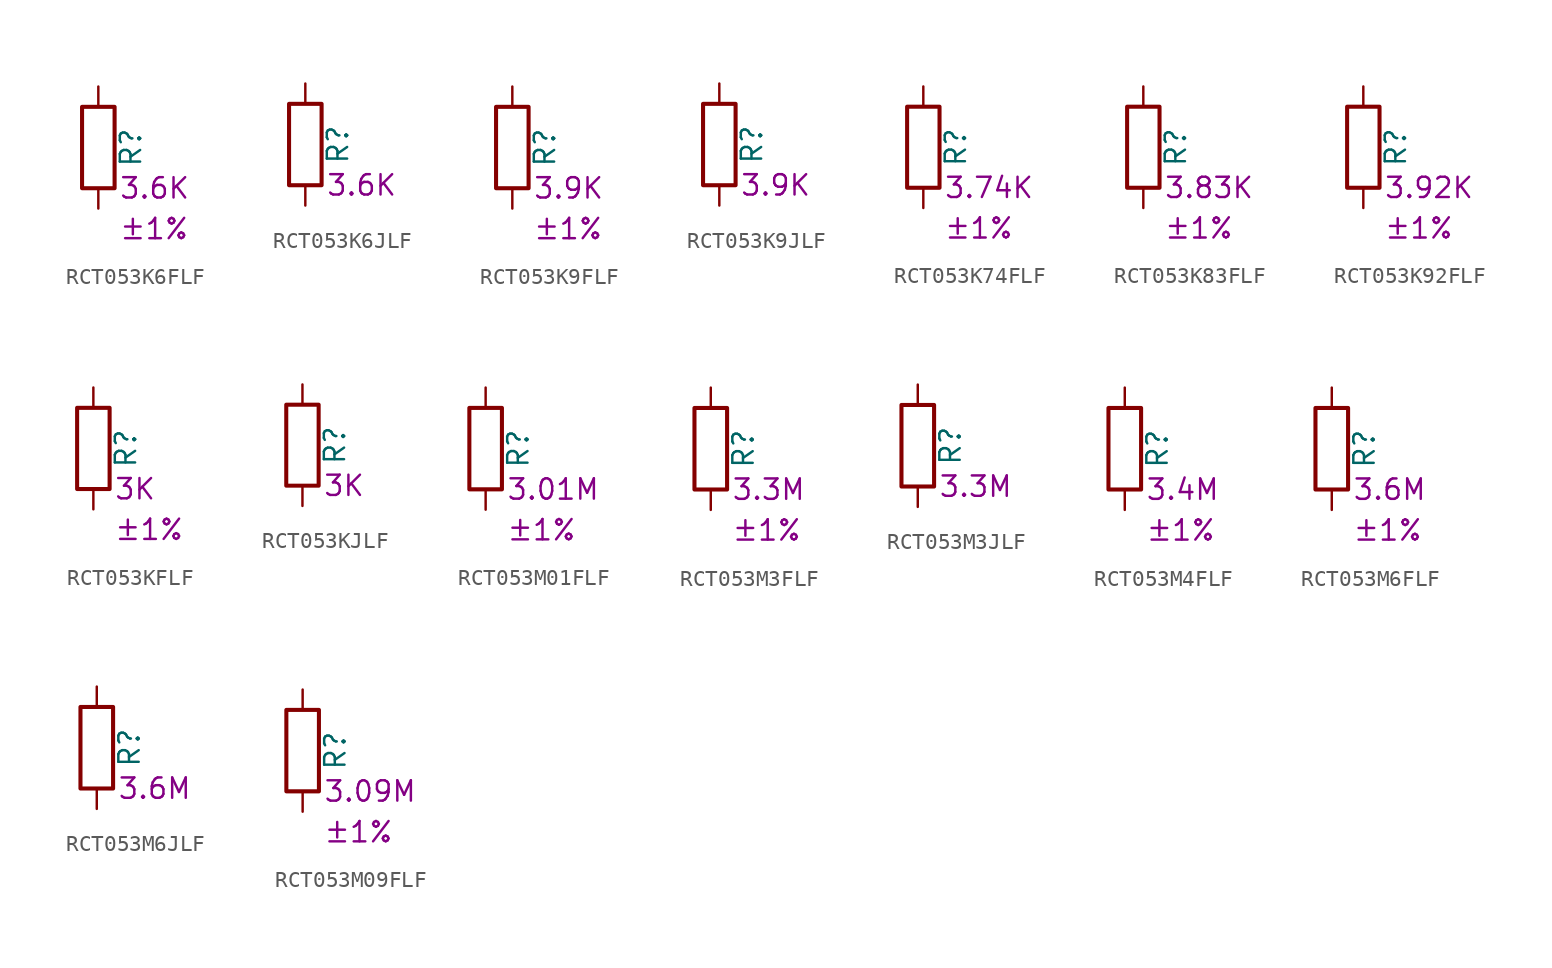
<source format=kicad_sym>
(kicad_symbol_lib
  (version 20220914)
  (generator kicad_symbol_editor)
  (symbol "RCT053K6FLF"
    (pin_numbers hide)
    (pin_names
      (offset 0))
    (property "Reference" "R"
      (at 2.032 0 90)
      (effects (font (size 1.27 1.27))))
    (property "Resistance" "3.6K"
      (at 1.27 -2.54 0)
      (effects (font (size 1.27 1.27)) (justify left)))
    (property "Tolerance" "±1%"
      (at 1.27 -5.08 0)
      (effects (font (size 1.27 1.27)) (justify left)))
    (symbol "RCT053K6FLF_0_1"
      (rectangle (start -1.016 -2.54) (end 1.016 2.54) (stroke (width 0.254) (type default)) (fill (type none))))
    (symbol "RCT053K6FLF_1_1"
      (pin passive line (at 0 3.81 270) (length 1.27) (name "~" (effects (font (size 1.27 1.27)))) (number "1" (effects (font (size 1.27 1.27)))))
      (pin passive line (at 0 -3.81 90) (length 1.27) (name "~" (effects (font (size 1.27 1.27)))) (number "2" (effects (font (size 1.27 1.27)))))))
  (symbol "RCT053K6JLF"
    (pin_numbers hide)
    (pin_names
      (offset 0))
    (property "Reference" "R"
      (at 2.032 0 90)
      (effects (font (size 1.27 1.27))))
    (property "Resistance" "3.6K"
      (at 1.27 -2.54 0)
      (effects (font (size 1.27 1.27)) (justify left)))
    (symbol "RCT053K6JLF_0_1"
      (rectangle (start -1.016 -2.54) (end 1.016 2.54) (stroke (width 0.254) (type default)) (fill (type none))))
    (symbol "RCT053K6JLF_1_1"
      (pin passive line (at 0 3.81 270) (length 1.27) (name "~" (effects (font (size 1.27 1.27)))) (number "1" (effects (font (size 1.27 1.27)))))
      (pin passive line (at 0 -3.81 90) (length 1.27) (name "~" (effects (font (size 1.27 1.27)))) (number "2" (effects (font (size 1.27 1.27)))))))
  (symbol "RCT053K9FLF"
    (pin_numbers hide)
    (pin_names
      (offset 0))
    (property "Reference" "R"
      (at 2.032 0 90)
      (effects (font (size 1.27 1.27))))
    (property "Resistance" "3.9K"
      (at 1.27 -2.54 0)
      (effects (font (size 1.27 1.27)) (justify left)))
    (property "Tolerance" "±1%"
      (at 1.27 -5.08 0)
      (effects (font (size 1.27 1.27)) (justify left)))
    (symbol "RCT053K9FLF_0_1"
      (rectangle (start -1.016 -2.54) (end 1.016 2.54) (stroke (width 0.254) (type default)) (fill (type none))))
    (symbol "RCT053K9FLF_1_1"
      (pin passive line (at 0 3.81 270) (length 1.27) (name "~" (effects (font (size 1.27 1.27)))) (number "1" (effects (font (size 1.27 1.27)))))
      (pin passive line (at 0 -3.81 90) (length 1.27) (name "~" (effects (font (size 1.27 1.27)))) (number "2" (effects (font (size 1.27 1.27)))))))
  (symbol "RCT053K9JLF"
    (pin_numbers hide)
    (pin_names
      (offset 0))
    (property "Reference" "R"
      (at 2.032 0 90)
      (effects (font (size 1.27 1.27))))
    (property "Resistance" "3.9K"
      (at 1.27 -2.54 0)
      (effects (font (size 1.27 1.27)) (justify left)))
    (symbol "RCT053K9JLF_0_1"
      (rectangle (start -1.016 -2.54) (end 1.016 2.54) (stroke (width 0.254) (type default)) (fill (type none))))
    (symbol "RCT053K9JLF_1_1"
      (pin passive line (at 0 3.81 270) (length 1.27) (name "~" (effects (font (size 1.27 1.27)))) (number "1" (effects (font (size 1.27 1.27)))))
      (pin passive line (at 0 -3.81 90) (length 1.27) (name "~" (effects (font (size 1.27 1.27)))) (number "2" (effects (font (size 1.27 1.27)))))))
  (symbol "RCT053K74FLF"
    (pin_numbers hide)
    (pin_names
      (offset 0))
    (property "Reference" "R"
      (at 2.032 0 90)
      (effects (font (size 1.27 1.27))))
    (property "Resistance" "3.74K"
      (at 1.27 -2.54 0)
      (effects (font (size 1.27 1.27)) (justify left)))
    (property "Tolerance" "±1%"
      (at 1.27 -5.08 0)
      (effects (font (size 1.27 1.27)) (justify left)))
    (symbol "RCT053K74FLF_0_1"
      (rectangle (start -1.016 -2.54) (end 1.016 2.54) (stroke (width 0.254) (type default)) (fill (type none))))
    (symbol "RCT053K74FLF_1_1"
      (pin passive line (at 0 3.81 270) (length 1.27) (name "~" (effects (font (size 1.27 1.27)))) (number "1" (effects (font (size 1.27 1.27)))))
      (pin passive line (at 0 -3.81 90) (length 1.27) (name "~" (effects (font (size 1.27 1.27)))) (number "2" (effects (font (size 1.27 1.27)))))))
  (symbol "RCT053K83FLF"
    (pin_numbers hide)
    (pin_names
      (offset 0))
    (property "Reference" "R"
      (at 2.032 0 90)
      (effects (font (size 1.27 1.27))))
    (property "Resistance" "3.83K"
      (at 1.27 -2.54 0)
      (effects (font (size 1.27 1.27)) (justify left)))
    (property "Tolerance" "±1%"
      (at 1.27 -5.08 0)
      (effects (font (size 1.27 1.27)) (justify left)))
    (symbol "RCT053K83FLF_0_1"
      (rectangle (start -1.016 -2.54) (end 1.016 2.54) (stroke (width 0.254) (type default)) (fill (type none))))
    (symbol "RCT053K83FLF_1_1"
      (pin passive line (at 0 3.81 270) (length 1.27) (name "~" (effects (font (size 1.27 1.27)))) (number "1" (effects (font (size 1.27 1.27)))))
      (pin passive line (at 0 -3.81 90) (length 1.27) (name "~" (effects (font (size 1.27 1.27)))) (number "2" (effects (font (size 1.27 1.27)))))))
  (symbol "RCT053K92FLF"
    (pin_numbers hide)
    (pin_names
      (offset 0))
    (property "Reference" "R"
      (at 2.032 0 90)
      (effects (font (size 1.27 1.27))))
    (property "Resistance" "3.92K"
      (at 1.27 -2.54 0)
      (effects (font (size 1.27 1.27)) (justify left)))
    (property "Tolerance" "±1%"
      (at 1.27 -5.08 0)
      (effects (font (size 1.27 1.27)) (justify left)))
    (symbol "RCT053K92FLF_0_1"
      (rectangle (start -1.016 -2.54) (end 1.016 2.54) (stroke (width 0.254) (type default)) (fill (type none))))
    (symbol "RCT053K92FLF_1_1"
      (pin passive line (at 0 3.81 270) (length 1.27) (name "~" (effects (font (size 1.27 1.27)))) (number "1" (effects (font (size 1.27 1.27)))))
      (pin passive line (at 0 -3.81 90) (length 1.27) (name "~" (effects (font (size 1.27 1.27)))) (number "2" (effects (font (size 1.27 1.27)))))))
  (symbol "RCT053KFLF"
    (pin_numbers hide)
    (pin_names
      (offset 0))
    (property "Reference" "R"
      (at 2.032 0 90)
      (effects (font (size 1.27 1.27))))
    (property "Resistance" "3K"
      (at 1.27 -2.54 0)
      (effects (font (size 1.27 1.27)) (justify left)))
    (property "Tolerance" "±1%"
      (at 1.27 -5.08 0)
      (effects (font (size 1.27 1.27)) (justify left)))
    (symbol "RCT053KFLF_0_1"
      (rectangle (start -1.016 -2.54) (end 1.016 2.54) (stroke (width 0.254) (type default)) (fill (type none))))
    (symbol "RCT053KFLF_1_1"
      (pin passive line (at 0 3.81 270) (length 1.27) (name "~" (effects (font (size 1.27 1.27)))) (number "1" (effects (font (size 1.27 1.27)))))
      (pin passive line (at 0 -3.81 90) (length 1.27) (name "~" (effects (font (size 1.27 1.27)))) (number "2" (effects (font (size 1.27 1.27)))))))
  (symbol "RCT053KJLF"
    (pin_numbers hide)
    (pin_names
      (offset 0))
    (property "Reference" "R"
      (at 2.032 0 90)
      (effects (font (size 1.27 1.27))))
    (property "Resistance" "3K"
      (at 1.27 -2.54 0)
      (effects (font (size 1.27 1.27)) (justify left)))
    (symbol "RCT053KJLF_0_1"
      (rectangle (start -1.016 -2.54) (end 1.016 2.54) (stroke (width 0.254) (type default)) (fill (type none))))
    (symbol "RCT053KJLF_1_1"
      (pin passive line (at 0 3.81 270) (length 1.27) (name "~" (effects (font (size 1.27 1.27)))) (number "1" (effects (font (size 1.27 1.27)))))
      (pin passive line (at 0 -3.81 90) (length 1.27) (name "~" (effects (font (size 1.27 1.27)))) (number "2" (effects (font (size 1.27 1.27)))))))
  (symbol "RCT053M01FLF"
    (pin_numbers hide)
    (pin_names
      (offset 0))
    (property "Reference" "R"
      (at 2.032 0 90)
      (effects (font (size 1.27 1.27))))
    (property "Resistance" "3.01M"
      (at 1.27 -2.54 0)
      (effects (font (size 1.27 1.27)) (justify left)))
    (property "Tolerance" "±1%"
      (at 1.27 -5.08 0)
      (effects (font (size 1.27 1.27)) (justify left)))
    (symbol "RCT053M01FLF_0_1"
      (rectangle (start -1.016 -2.54) (end 1.016 2.54) (stroke (width 0.254) (type default)) (fill (type none))))
    (symbol "RCT053M01FLF_1_1"
      (pin passive line (at 0 3.81 270) (length 1.27) (name "~" (effects (font (size 1.27 1.27)))) (number "1" (effects (font (size 1.27 1.27)))))
      (pin passive line (at 0 -3.81 90) (length 1.27) (name "~" (effects (font (size 1.27 1.27)))) (number "2" (effects (font (size 1.27 1.27)))))))
  (symbol "RCT053M3FLF"
    (pin_numbers hide)
    (pin_names
      (offset 0))
    (property "Reference" "R"
      (at 2.032 0 90)
      (effects (font (size 1.27 1.27))))
    (property "Resistance" "3.3M"
      (at 1.27 -2.54 0)
      (effects (font (size 1.27 1.27)) (justify left)))
    (property "Tolerance" "±1%"
      (at 1.27 -5.08 0)
      (effects (font (size 1.27 1.27)) (justify left)))
    (symbol "RCT053M3FLF_0_1"
      (rectangle (start -1.016 -2.54) (end 1.016 2.54) (stroke (width 0.254) (type default)) (fill (type none))))
    (symbol "RCT053M3FLF_1_1"
      (pin passive line (at 0 3.81 270) (length 1.27) (name "~" (effects (font (size 1.27 1.27)))) (number "1" (effects (font (size 1.27 1.27)))))
      (pin passive line (at 0 -3.81 90) (length 1.27) (name "~" (effects (font (size 1.27 1.27)))) (number "2" (effects (font (size 1.27 1.27)))))))
  (symbol "RCT053M3JLF"
    (pin_numbers hide)
    (pin_names
      (offset 0))
    (property "Reference" "R"
      (at 2.032 0 90)
      (effects (font (size 1.27 1.27))))
    (property "Resistance" "3.3M"
      (at 1.27 -2.54 0)
      (effects (font (size 1.27 1.27)) (justify left)))
    (symbol "RCT053M3JLF_0_1"
      (rectangle (start -1.016 -2.54) (end 1.016 2.54) (stroke (width 0.254) (type default)) (fill (type none))))
    (symbol "RCT053M3JLF_1_1"
      (pin passive line (at 0 3.81 270) (length 1.27) (name "~" (effects (font (size 1.27 1.27)))) (number "1" (effects (font (size 1.27 1.27)))))
      (pin passive line (at 0 -3.81 90) (length 1.27) (name "~" (effects (font (size 1.27 1.27)))) (number "2" (effects (font (size 1.27 1.27)))))))
  (symbol "RCT053M4FLF"
    (pin_numbers hide)
    (pin_names
      (offset 0))
    (property "Reference" "R"
      (at 2.032 0 90)
      (effects (font (size 1.27 1.27))))
    (property "Resistance" "3.4M"
      (at 1.27 -2.54 0)
      (effects (font (size 1.27 1.27)) (justify left)))
    (property "Tolerance" "±1%"
      (at 1.27 -5.08 0)
      (effects (font (size 1.27 1.27)) (justify left)))
    (symbol "RCT053M4FLF_0_1"
      (rectangle (start -1.016 -2.54) (end 1.016 2.54) (stroke (width 0.254) (type default)) (fill (type none))))
    (symbol "RCT053M4FLF_1_1"
      (pin passive line (at 0 3.81 270) (length 1.27) (name "~" (effects (font (size 1.27 1.27)))) (number "1" (effects (font (size 1.27 1.27)))))
      (pin passive line (at 0 -3.81 90) (length 1.27) (name "~" (effects (font (size 1.27 1.27)))) (number "2" (effects (font (size 1.27 1.27)))))))
  (symbol "RCT053M6FLF"
    (pin_numbers hide)
    (pin_names
      (offset 0))
    (property "Reference" "R"
      (at 2.032 0 90)
      (effects (font (size 1.27 1.27))))
    (property "Resistance" "3.6M"
      (at 1.27 -2.54 0)
      (effects (font (size 1.27 1.27)) (justify left)))
    (property "Tolerance" "±1%"
      (at 1.27 -5.08 0)
      (effects (font (size 1.27 1.27)) (justify left)))
    (symbol "RCT053M6FLF_0_1"
      (rectangle (start -1.016 -2.54) (end 1.016 2.54) (stroke (width 0.254) (type default)) (fill (type none))))
    (symbol "RCT053M6FLF_1_1"
      (pin passive line (at 0 3.81 270) (length 1.27) (name "~" (effects (font (size 1.27 1.27)))) (number "1" (effects (font (size 1.27 1.27)))))
      (pin passive line (at 0 -3.81 90) (length 1.27) (name "~" (effects (font (size 1.27 1.27)))) (number "2" (effects (font (size 1.27 1.27)))))))
  (symbol "RCT053M6JLF"
    (pin_numbers hide)
    (pin_names
      (offset 0))
    (property "Reference" "R"
      (at 2.032 0 90)
      (effects (font (size 1.27 1.27))))
    (property "Resistance" "3.6M"
      (at 1.27 -2.54 0)
      (effects (font (size 1.27 1.27)) (justify left)))
    (symbol "RCT053M6JLF_0_1"
      (rectangle (start -1.016 -2.54) (end 1.016 2.54) (stroke (width 0.254) (type default)) (fill (type none))))
    (symbol "RCT053M6JLF_1_1"
      (pin passive line (at 0 3.81 270) (length 1.27) (name "~" (effects (font (size 1.27 1.27)))) (number "1" (effects (font (size 1.27 1.27)))))
      (pin passive line (at 0 -3.81 90) (length 1.27) (name "~" (effects (font (size 1.27 1.27)))) (number "2" (effects (font (size 1.27 1.27)))))))
  (symbol "RCT053M09FLF"
    (pin_numbers hide)
    (pin_names
      (offset 0))
    (property "Reference" "R"
      (at 2.032 0 90)
      (effects (font (size 1.27 1.27))))
    (property "Resistance" "3.09M"
      (at 1.27 -2.54 0)
      (effects (font (size 1.27 1.27)) (justify left)))
    (property "Tolerance" "±1%"
      (at 1.27 -5.08 0)
      (effects (font (size 1.27 1.27)) (justify left)))
    (symbol "RCT053M09FLF_0_1"
      (rectangle (start -1.016 -2.54) (end 1.016 2.54) (stroke (width 0.254) (type default)) (fill (type none))))
    (symbol "RCT053M09FLF_1_1"
      (pin passive line (at 0 3.81 270) (length 1.27) (name "~" (effects (font (size 1.27 1.27)))) (number "1" (effects (font (size 1.27 1.27)))))
      (pin passive line (at 0 -3.81 90) (length 1.27) (name "~" (effects (font (size 1.27 1.27)))) (number "2" (effects (font (size 1.27 1.27))))))))
</source>
